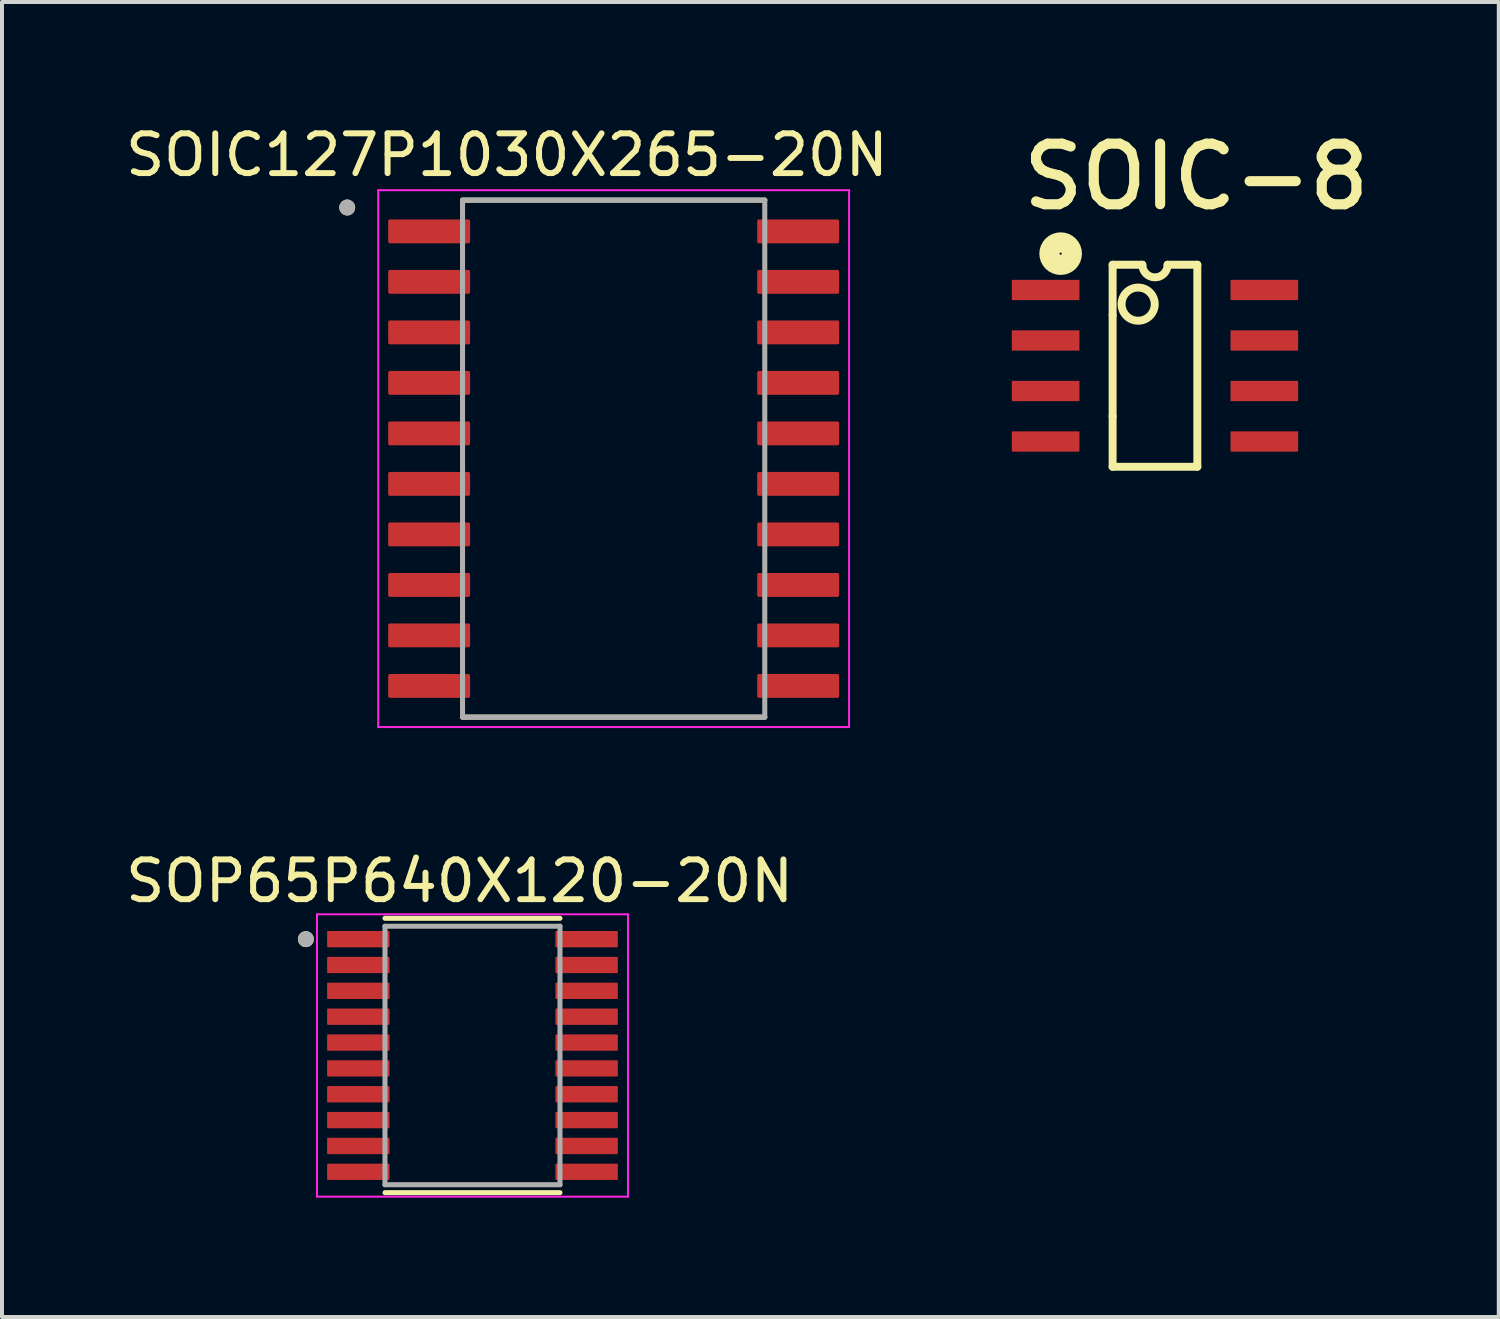
<source format=kicad_pcb>
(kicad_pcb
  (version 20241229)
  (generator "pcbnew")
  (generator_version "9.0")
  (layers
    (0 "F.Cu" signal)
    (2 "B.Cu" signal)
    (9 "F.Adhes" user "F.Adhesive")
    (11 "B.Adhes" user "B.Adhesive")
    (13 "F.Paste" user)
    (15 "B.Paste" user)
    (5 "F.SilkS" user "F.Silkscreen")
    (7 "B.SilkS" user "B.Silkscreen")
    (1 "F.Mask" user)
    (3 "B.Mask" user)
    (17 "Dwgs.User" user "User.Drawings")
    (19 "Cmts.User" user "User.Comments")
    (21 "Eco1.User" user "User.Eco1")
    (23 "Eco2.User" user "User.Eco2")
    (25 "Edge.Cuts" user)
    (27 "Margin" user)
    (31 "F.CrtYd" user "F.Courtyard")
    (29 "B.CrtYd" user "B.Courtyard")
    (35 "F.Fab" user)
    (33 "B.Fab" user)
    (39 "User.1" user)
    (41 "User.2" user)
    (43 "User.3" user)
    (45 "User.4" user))
  (footprint "SOIC-8"
    (layer "F.Cu")
    (at 23.243 4.242)
    (property "Reference" "SOIC-8" (at -0.698 -1.956 0) (unlocked yes) (layer "F.SilkS") (effects (font (size 1.524 1.524) (thickness 0.254)) (justify left bottom)))
    (fp_line (start 1.685 -0.635) (end 2.433 -0.635) (stroke (width 0.2) (type solid)) (layer "F.SilkS"))
    (fp_line (start 1.685 0.635) (end 1.685 -0.635) (stroke (width 0.2) (type solid)) (layer "F.SilkS"))
    (fp_line (start 1.685 3.175) (end 1.685 0.635) (stroke (width 0.2) (type solid)) (layer "F.SilkS"))
    (fp_line (start 1.685 4.445) (end 1.685 3.175) (stroke (width 0.2) (type solid)) (layer "F.SilkS"))
    (fp_line (start 1.685 4.445) (end 3.815 4.445) (stroke (width 0.2) (type solid)) (layer "F.SilkS"))
    (fp_line (start 3.067 -0.635) (end 3.815 -0.635) (stroke (width 0.2) (type solid)) (layer "F.SilkS"))
    (fp_line (start 3.815 4.445) (end 3.815 -0.635) (stroke (width 0.2) (type solid)) (layer "F.SilkS"))
    (fp_arc (start 3.0675 -0.635) (mid 2.75 -0.3175) (end 2.4325 -0.635) (stroke (width 0.2) (type solid)) (layer "F.SilkS"))
    (fp_circle (center 0.378 -0.914) (end 0.378 -0.942) (stroke (width 0.508) (type solid)) (fill no) (layer "F.SilkS"))
    (fp_circle (center 2.327 0.356) (end 2.327 -0.061) (stroke (width 0.2) (type solid)) (fill no) (layer "F.SilkS"))
    (pad "1" smd rect (at 0 0) (size 1.7 0.51) (layers "F.Cu" "F.Mask" "F.Paste"))
    (pad "2" smd rect (at 0 1.27) (size 1.7 0.51) (layers "F.Cu" "F.Mask" "F.Paste"))
    (pad "3" smd rect (at 0 2.54) (size 1.7 0.51) (layers "F.Cu" "F.Mask" "F.Paste"))
    (pad "4" smd rect (at 0 3.81) (size 1.7 0.51) (layers "F.Cu" "F.Mask" "F.Paste"))
    (pad "5" smd rect (at 5.5 3.81) (size 1.7 0.51) (layers "F.Cu" "F.Mask" "F.Paste"))
    (pad "6" smd rect (at 5.5 2.54) (size 1.7 0.51) (layers "F.Cu" "F.Mask" "F.Paste"))
    (pad "7" smd rect (at 5.5 1.27) (size 1.7 0.51) (layers "F.Cu" "F.Mask" "F.Paste"))
    (pad "8" smd rect (at 5.5 0) (size 1.7 0.51) (layers "F.Cu" "F.Mask" "F.Paste")))
  (footprint "SOP65P640X120-20N"
    (layer "F.Cu")
    (at 8.831 23.491)
    (property "Reference" "SOP65P640X120-20N" (at -0.325 -4.385 0) (layer "F.SilkS") (effects (font (size 1 1) (thickness 0.15))))
    (attr smd)
    (fp_line (start -2.2 -3.45) (end 2.2 -3.45) (stroke (width 0.127) (type solid)) (layer "F.SilkS"))
    (fp_line (start -2.2 3.45) (end 2.2 3.45) (stroke (width 0.127) (type solid)) (layer "F.SilkS"))
    (fp_circle (center -4.19 -2.925) (end -4.09 -2.925) (stroke (width 0.2) (type solid)) (fill no) (layer "F.SilkS"))
    (fp_line (start -3.91 -3.55) (end -3.91 3.55) (stroke (width 0.05) (type solid)) (layer "F.CrtYd"))
    (fp_line (start -3.91 -3.55) (end 3.91 -3.55) (stroke (width 0.05) (type solid)) (layer "F.CrtYd"))
    (fp_line (start -3.91 3.55) (end 3.91 3.55) (stroke (width 0.05) (type solid)) (layer "F.CrtYd"))
    (fp_line (start 3.91 -3.55) (end 3.91 3.55) (stroke (width 0.05) (type solid)) (layer "F.CrtYd"))
    (fp_line (start -2.2 -3.25) (end -2.2 3.25) (stroke (width 0.127) (type solid)) (layer "F.Fab"))
    (fp_line (start -2.2 -3.25) (end 2.2 -3.25) (stroke (width 0.127) (type solid)) (layer "F.Fab"))
    (fp_line (start -2.2 3.25) (end 2.2 3.25) (stroke (width 0.127) (type solid)) (layer "F.Fab"))
    (fp_line (start 2.2 -3.25) (end 2.2 3.25) (stroke (width 0.127) (type solid)) (layer "F.Fab"))
    (fp_circle (center -4.19 -2.925) (end -4.09 -2.925) (stroke (width 0.2) (type solid)) (fill no) (layer "F.Fab"))
    (pad "1" smd roundrect (at -2.87 -2.925) (size 1.57 0.41) (layers "F.Cu" "F.Mask" "F.Paste") (roundrect_rratio 0.05))
    (pad "2" smd roundrect (at -2.87 -2.275) (size 1.57 0.41) (layers "F.Cu" "F.Mask" "F.Paste") (roundrect_rratio 0.05))
    (pad "3" smd roundrect (at -2.87 -1.625) (size 1.57 0.41) (layers "F.Cu" "F.Mask" "F.Paste") (roundrect_rratio 0.05))
    (pad "4" smd roundrect (at -2.87 -0.975) (size 1.57 0.41) (layers "F.Cu" "F.Mask" "F.Paste") (roundrect_rratio 0.05))
    (pad "5" smd roundrect (at -2.87 -0.325) (size 1.57 0.41) (layers "F.Cu" "F.Mask" "F.Paste") (roundrect_rratio 0.05))
    (pad "6" smd roundrect (at -2.87 0.325) (size 1.57 0.41) (layers "F.Cu" "F.Mask" "F.Paste") (roundrect_rratio 0.05))
    (pad "7" smd roundrect (at -2.87 0.975) (size 1.57 0.41) (layers "F.Cu" "F.Mask" "F.Paste") (roundrect_rratio 0.05))
    (pad "8" smd roundrect (at -2.87 1.625) (size 1.57 0.41) (layers "F.Cu" "F.Mask" "F.Paste") (roundrect_rratio 0.05))
    (pad "9" smd roundrect (at -2.87 2.275) (size 1.57 0.41) (layers "F.Cu" "F.Mask" "F.Paste") (roundrect_rratio 0.05))
    (pad "10" smd roundrect (at -2.87 2.925) (size 1.57 0.41) (layers "F.Cu" "F.Mask" "F.Paste") (roundrect_rratio 0.05))
    (pad "11" smd roundrect (at 2.87 2.925) (size 1.57 0.41) (layers "F.Cu" "F.Mask" "F.Paste") (roundrect_rratio 0.05))
    (pad "12" smd roundrect (at 2.87 2.275) (size 1.57 0.41) (layers "F.Cu" "F.Mask" "F.Paste") (roundrect_rratio 0.05))
    (pad "13" smd roundrect (at 2.87 1.625) (size 1.57 0.41) (layers "F.Cu" "F.Mask" "F.Paste") (roundrect_rratio 0.05))
    (pad "14" smd roundrect (at 2.87 0.975) (size 1.57 0.41) (layers "F.Cu" "F.Mask" "F.Paste") (roundrect_rratio 0.05))
    (pad "15" smd roundrect (at 2.87 0.325) (size 1.57 0.41) (layers "F.Cu" "F.Mask" "F.Paste") (roundrect_rratio 0.05))
    (pad "16" smd roundrect (at 2.87 -0.325) (size 1.57 0.41) (layers "F.Cu" "F.Mask" "F.Paste") (roundrect_rratio 0.05))
    (pad "17" smd roundrect (at 2.87 -0.975) (size 1.57 0.41) (layers "F.Cu" "F.Mask" "F.Paste") (roundrect_rratio 0.05))
    (pad "18" smd roundrect (at 2.87 -1.625) (size 1.57 0.41) (layers "F.Cu" "F.Mask" "F.Paste") (roundrect_rratio 0.05))
    (pad "19" smd roundrect (at 2.87 -2.275) (size 1.57 0.41) (layers "F.Cu" "F.Mask" "F.Paste") (roundrect_rratio 0.05))
    (pad "20" smd roundrect (at 2.87 -2.925) (size 1.57 0.41) (layers "F.Cu" "F.Mask" "F.Paste") (roundrect_rratio 0.05)))
  (footprint "SOIC127P1030X265-20N"
    (layer "F.Cu")
    (at 12.381 8.483)
    (property "Reference" "SOIC127P1030X265-20N" (at -2.685 -7.635 0) (layer "F.SilkS") (effects (font (size 1 1) (thickness 0.15))))
    (attr smd)
    (fp_line (start -3.8 -6.5) (end 3.8 -6.5) (stroke (width 0.127) (type solid)) (layer "F.SilkS"))
    (fp_line (start -3.8 6.5) (end 3.8 6.5) (stroke (width 0.127) (type solid)) (layer "F.SilkS"))
    (fp_circle (center -6.7 -6.315) (end -6.6 -6.315) (stroke (width 0.2) (type solid)) (fill no) (layer "F.SilkS"))
    (fp_line (start -5.92 -6.75) (end -5.92 6.75) (stroke (width 0.05) (type solid)) (layer "F.CrtYd"))
    (fp_line (start -5.92 -6.75) (end 5.92 -6.75) (stroke (width 0.05) (type solid)) (layer "F.CrtYd"))
    (fp_line (start -5.92 6.75) (end 5.92 6.75) (stroke (width 0.05) (type solid)) (layer "F.CrtYd"))
    (fp_line (start 5.92 -6.75) (end 5.92 6.75) (stroke (width 0.05) (type solid)) (layer "F.CrtYd"))
    (fp_line (start -3.8 -6.5) (end -3.8 6.5) (stroke (width 0.127) (type solid)) (layer "F.Fab"))
    (fp_line (start -3.8 -6.5) (end 3.8 -6.5) (stroke (width 0.127) (type solid)) (layer "F.Fab"))
    (fp_line (start -3.8 6.5) (end 3.8 6.5) (stroke (width 0.127) (type solid)) (layer "F.Fab"))
    (fp_line (start 3.8 -6.5) (end 3.8 6.5) (stroke (width 0.127) (type solid)) (layer "F.Fab"))
    (fp_circle (center -6.7 -6.315) (end -6.6 -6.315) (stroke (width 0.2) (type solid)) (fill no) (layer "F.Fab"))
    (pad "1" smd roundrect (at -4.64 -5.715) (size 2.06 0.6) (layers "F.Cu" "F.Mask" "F.Paste") (roundrect_rratio 0.07))
    (pad "2" smd roundrect (at -4.64 -4.445) (size 2.06 0.6) (layers "F.Cu" "F.Mask" "F.Paste") (roundrect_rratio 0.07))
    (pad "3" smd roundrect (at -4.64 -3.175) (size 2.06 0.6) (layers "F.Cu" "F.Mask" "F.Paste") (roundrect_rratio 0.07))
    (pad "4" smd roundrect (at -4.64 -1.905) (size 2.06 0.6) (layers "F.Cu" "F.Mask" "F.Paste") (roundrect_rratio 0.07))
    (pad "5" smd roundrect (at -4.64 -0.635) (size 2.06 0.6) (layers "F.Cu" "F.Mask" "F.Paste") (roundrect_rratio 0.07))
    (pad "6" smd roundrect (at -4.64 0.635) (size 2.06 0.6) (layers "F.Cu" "F.Mask" "F.Paste") (roundrect_rratio 0.07))
    (pad "7" smd roundrect (at -4.64 1.905) (size 2.06 0.6) (layers "F.Cu" "F.Mask" "F.Paste") (roundrect_rratio 0.07))
    (pad "8" smd roundrect (at -4.64 3.175) (size 2.06 0.6) (layers "F.Cu" "F.Mask" "F.Paste") (roundrect_rratio 0.07))
    (pad "9" smd roundrect (at -4.64 4.445) (size 2.06 0.6) (layers "F.Cu" "F.Mask" "F.Paste") (roundrect_rratio 0.07))
    (pad "10" smd roundrect (at -4.64 5.715) (size 2.06 0.6) (layers "F.Cu" "F.Mask" "F.Paste") (roundrect_rratio 0.07))
    (pad "11" smd roundrect (at 4.64 5.715) (size 2.06 0.6) (layers "F.Cu" "F.Mask" "F.Paste") (roundrect_rratio 0.07))
    (pad "12" smd roundrect (at 4.64 4.445) (size 2.06 0.6) (layers "F.Cu" "F.Mask" "F.Paste") (roundrect_rratio 0.07))
    (pad "13" smd roundrect (at 4.64 3.175) (size 2.06 0.6) (layers "F.Cu" "F.Mask" "F.Paste") (roundrect_rratio 0.07))
    (pad "14" smd roundrect (at 4.64 1.905) (size 2.06 0.6) (layers "F.Cu" "F.Mask" "F.Paste") (roundrect_rratio 0.07))
    (pad "15" smd roundrect (at 4.64 0.635) (size 2.06 0.6) (layers "F.Cu" "F.Mask" "F.Paste") (roundrect_rratio 0.07))
    (pad "16" smd roundrect (at 4.64 -0.635) (size 2.06 0.6) (layers "F.Cu" "F.Mask" "F.Paste") (roundrect_rratio 0.07))
    (pad "17" smd roundrect (at 4.64 -1.905) (size 2.06 0.6) (layers "F.Cu" "F.Mask" "F.Paste") (roundrect_rratio 0.07))
    (pad "18" smd roundrect (at 4.64 -3.175) (size 2.06 0.6) (layers "F.Cu" "F.Mask" "F.Paste") (roundrect_rratio 0.07))
    (pad "19" smd roundrect (at 4.64 -4.445) (size 2.06 0.6) (layers "F.Cu" "F.Mask" "F.Paste") (roundrect_rratio 0.07))
    (pad "20" smd roundrect (at 4.64 -5.715) (size 2.06 0.6) (layers "F.Cu" "F.Mask" "F.Paste") (roundrect_rratio 0.07)))
  (gr_rect
    (start -3 -3)
    (end 34.638 30.067)
    (stroke (width 0.1) (type default))
    (fill no)
    (layer "Edge.Cuts")))
</source>
